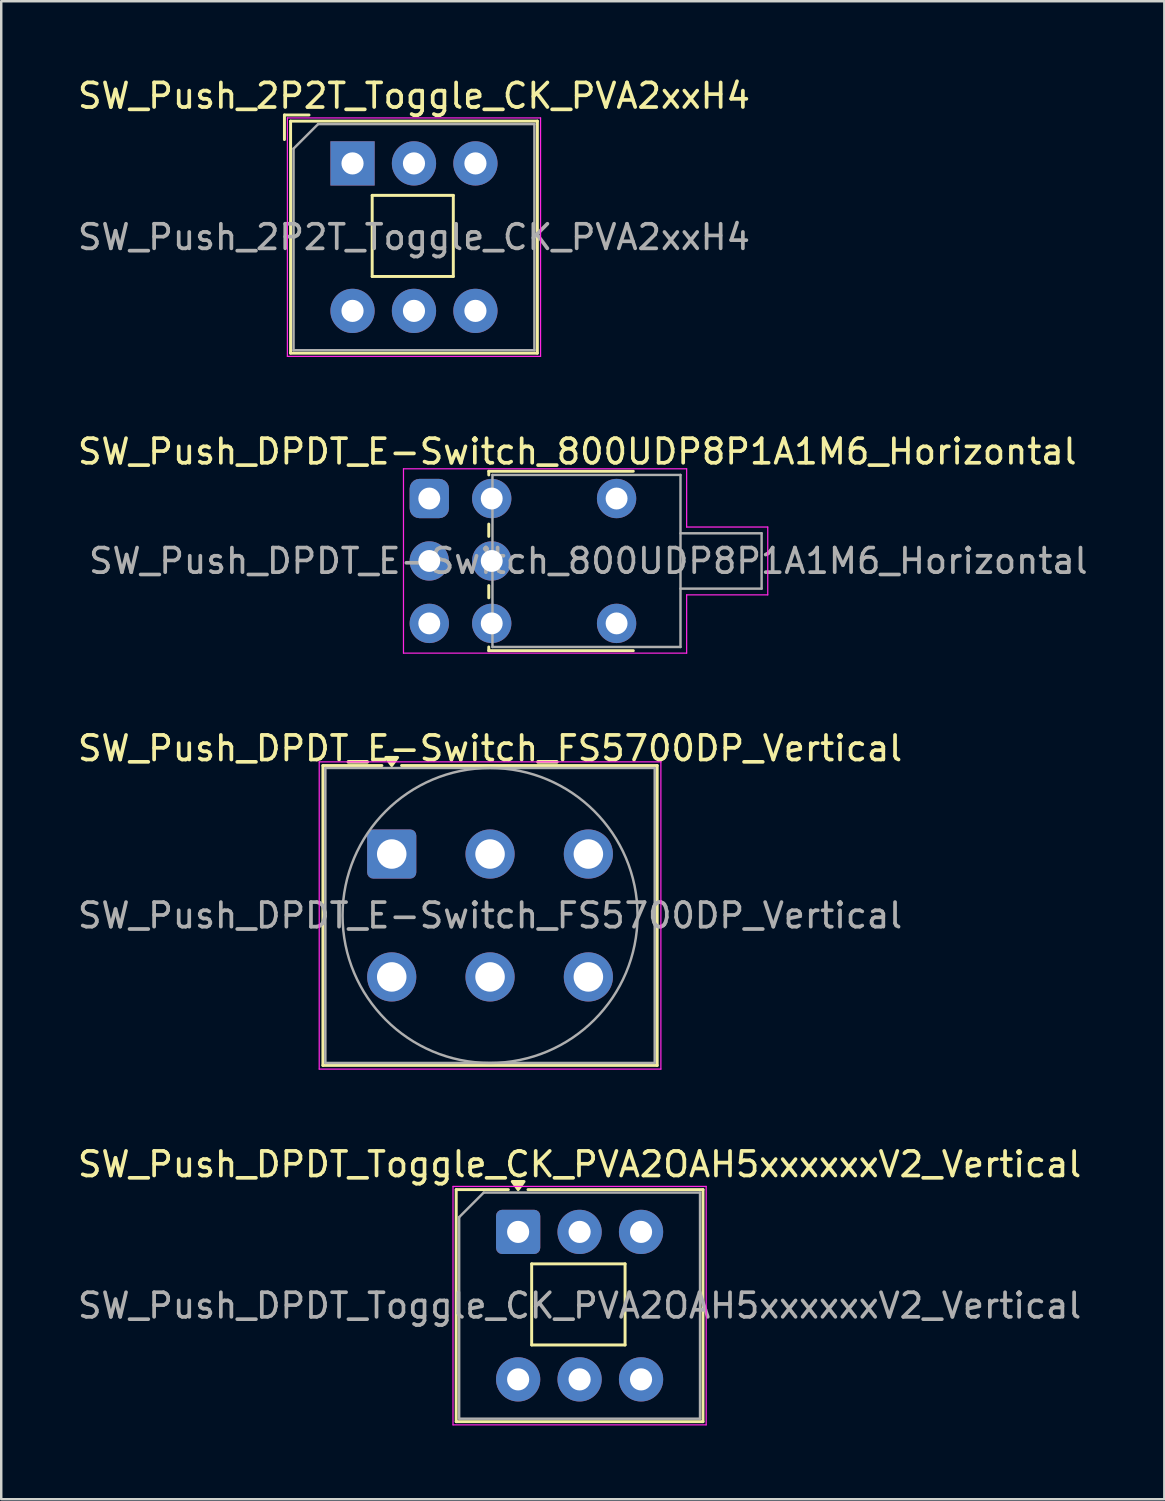
<source format=kicad_pcb>
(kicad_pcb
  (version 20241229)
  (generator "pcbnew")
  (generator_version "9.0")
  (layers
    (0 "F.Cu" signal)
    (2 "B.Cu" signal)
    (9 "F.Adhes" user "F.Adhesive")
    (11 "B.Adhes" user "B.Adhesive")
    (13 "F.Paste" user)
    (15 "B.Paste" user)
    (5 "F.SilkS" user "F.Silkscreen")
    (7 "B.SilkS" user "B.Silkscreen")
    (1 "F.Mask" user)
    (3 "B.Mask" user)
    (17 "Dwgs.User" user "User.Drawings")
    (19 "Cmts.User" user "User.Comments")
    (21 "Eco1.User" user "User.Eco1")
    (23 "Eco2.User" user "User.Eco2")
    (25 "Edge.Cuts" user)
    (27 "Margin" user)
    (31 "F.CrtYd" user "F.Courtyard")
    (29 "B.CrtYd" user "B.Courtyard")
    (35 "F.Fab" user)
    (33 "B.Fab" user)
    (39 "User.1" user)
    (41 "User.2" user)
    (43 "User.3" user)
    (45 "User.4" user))
  (footprint "SW_Push_DPDT_Toggle_CK_PVA2OAH5xxxxxxV2_Vertical"
    (layer "F.Cu")
    (at 18.03 47.068)
    (property "Reference" "SW_Push_DPDT_Toggle_CK_PVA2OAH5xxxxxxV2_Vertical" (at 2.5 -2.75 0) (layer "F.SilkS") (effects (font (size 1 1) (thickness 0.15))))
    (attr through_hole)
    (fp_line (start -2.52 7.72) (end -2.52 -1.72) (stroke (width 0.12) (type solid)) (layer "F.SilkS"))
    (fp_line (start -0.4 -1.72) (end -2.52 -1.72) (stroke (width 0.12) (type solid)) (layer "F.SilkS"))
    (fp_line (start 0.55 1.3) (end 0.55 4.6) (stroke (width 0.12) (type solid)) (layer "F.SilkS"))
    (fp_line (start 4.35 1.3) (end 0.55 1.3) (stroke (width 0.12) (type solid)) (layer "F.SilkS"))
    (fp_line (start 4.35 1.3) (end 4.35 4.6) (stroke (width 0.12) (type solid)) (layer "F.SilkS"))
    (fp_line (start 4.35 4.6) (end 0.55 4.6) (stroke (width 0.12) (type solid)) (layer "F.SilkS"))
    (fp_line (start 7.52 -1.72) (end 0.4 -1.72) (stroke (width 0.12) (type solid)) (layer "F.SilkS"))
    (fp_line (start 7.52 7.72) (end -2.52 7.72) (stroke (width 0.12) (type solid)) (layer "F.SilkS"))
    (fp_line (start 7.52 7.72) (end 7.52 -1.72) (stroke (width 0.12) (type solid)) (layer "F.SilkS"))
    (fp_poly (pts (xy 0 -1.72) (xy -0.24 -2.05) (xy 0.24 -2.05) (xy 0 -1.72)) (stroke (width 0.12) (type solid)) (fill yes) (layer "F.SilkS"))
    (fp_line (start -2.65 -1.85) (end 7.65 -1.85) (stroke (width 0.05) (type solid)) (layer "F.CrtYd"))
    (fp_line (start -2.65 7.85) (end -2.65 -1.85) (stroke (width 0.05) (type solid)) (layer "F.CrtYd"))
    (fp_line (start -2.65 7.85) (end 7.65 7.85) (stroke (width 0.05) (type solid)) (layer "F.CrtYd"))
    (fp_line (start 7.65 -1.85) (end 7.65 7.85) (stroke (width 0.05) (type solid)) (layer "F.CrtYd"))
    (fp_line (start -2.4 -0.6) (end -1.4 -1.6) (stroke (width 0.1) (type solid)) (layer "F.Fab"))
    (fp_line (start -2.4 7.6) (end -2.4 -0.6) (stroke (width 0.1) (type solid)) (layer "F.Fab"))
    (fp_line (start -1.4 -1.6) (end 7.4 -1.6) (stroke (width 0.1) (type solid)) (layer "F.Fab"))
    (fp_line (start 7.4 -1.6) (end 7.4 7.6) (stroke (width 0.1) (type solid)) (layer "F.Fab"))
    (fp_line (start 7.4 7.6) (end -2.4 7.6) (stroke (width 0.1) (type solid)) (layer "F.Fab"))
    (fp_text user "${REFERENCE}" (at 2.5 3 0) (layer "F.Fab") (effects (font (size 1 1) (thickness 0.15))))
    (pad "1" thru_hole roundrect (at 0 0) (size 1.8 1.8) (drill 0.9) (layers "*.Cu" "*.Mask") (roundrect_rratio 0.139))
    (pad "2" thru_hole circle (at 2.5 0) (size 1.8 1.8) (drill 0.9) (layers "*.Cu" "*.Mask"))
    (pad "3" thru_hole circle (at 5 0) (size 1.8 1.8) (drill 0.9) (layers "*.Cu" "*.Mask"))
    (pad "4" thru_hole circle (at 5 6) (size 1.8 1.8) (drill 0.9) (layers "*.Cu" "*.Mask"))
    (pad "5" thru_hole circle (at 2.5 6) (size 1.8 1.8) (drill 0.9) (layers "*.Cu" "*.Mask"))
    (pad "6" thru_hole circle (at 0 6) (size 1.8 1.8) (drill 0.9) (layers "*.Cu" "*.Mask")))
  (footprint "SW_Push_DPDT_E-Switch_800UDP8P1A1M6_Horizontal"
    (layer "F.Cu")
    (at 14.415 17.232)
    (property "Reference" "SW_Push_DPDT_E-Switch_800UDP8P1A1M6_Horizontal" (at 6.02 -1.91 180) (layer "F.SilkS") (effects (font (size 1 1) (thickness 0.15))))
    (attr through_hole)
    (fp_line (start 2.42 -1.11) (end 2.42 -0.96) (stroke (width 0.12) (type solid)) (layer "F.SilkS"))
    (fp_line (start 2.42 1.54) (end 2.42 1.04) (stroke (width 0.12) (type solid)) (layer "F.SilkS"))
    (fp_line (start 2.42 4.04) (end 2.42 3.54) (stroke (width 0.12) (type solid)) (layer "F.SilkS"))
    (fp_line (start 2.42 6.19) (end 2.42 6.04) (stroke (width 0.12) (type solid)) (layer "F.SilkS"))
    (fp_line (start 2.42 6.19) (end 8.3 6.19) (stroke (width 0.12) (type solid)) (layer "F.SilkS"))
    (fp_line (start 8.3 -1.11) (end 2.42 -1.11) (stroke (width 0.12) (type solid)) (layer "F.SilkS"))
    (fp_line (start -1.05 -1.21) (end 10.47 -1.21) (stroke (width 0.05) (type solid)) (layer "F.CrtYd"))
    (fp_line (start -1.05 6.29) (end -1.05 -1.21) (stroke (width 0.05) (type solid)) (layer "F.CrtYd"))
    (fp_line (start 10.47 -1.21) (end 10.47 1.16) (stroke (width 0.05) (type solid)) (layer "F.CrtYd"))
    (fp_line (start 10.47 1.16) (end 13.77 1.16) (stroke (width 0.05) (type solid)) (layer "F.CrtYd"))
    (fp_line (start 10.47 3.92) (end 10.47 6.29) (stroke (width 0.05) (type solid)) (layer "F.CrtYd"))
    (fp_line (start 10.47 6.29) (end -1.05 6.29) (stroke (width 0.05) (type solid)) (layer "F.CrtYd"))
    (fp_line (start 13.77 1.16) (end 13.77 3.92) (stroke (width 0.05) (type solid)) (layer "F.CrtYd"))
    (fp_line (start 13.77 3.92) (end 10.47 3.92) (stroke (width 0.05) (type solid)) (layer "F.CrtYd"))
    (fp_line (start 2.57 -0.96) (end 10.22 -0.96) (stroke (width 0.1) (type solid)) (layer "F.Fab"))
    (fp_line (start 2.57 6.04) (end 2.57 -0.96) (stroke (width 0.1) (type solid)) (layer "F.Fab"))
    (fp_line (start 10.22 -0.96) (end 10.22 6.04) (stroke (width 0.1) (type solid)) (layer "F.Fab"))
    (fp_line (start 10.22 6.04) (end 2.57 6.04) (stroke (width 0.1) (type solid)) (layer "F.Fab"))
    (fp_line (start 13.52 1.415) (end 10.22 1.415) (stroke (width 0.1) (type solid)) (layer "F.Fab"))
    (fp_line (start 13.52 3.665) (end 10.22 3.665) (stroke (width 0.1) (type solid)) (layer "F.Fab"))
    (fp_line (start 13.52 3.665) (end 13.52 1.415) (stroke (width 0.1) (type solid)) (layer "F.Fab"))
    (fp_text user "${REFERENCE}" (at 6.47 2.54 180) (layer "F.Fab") (effects (font (size 1 1) (thickness 0.15))))
    (pad "" thru_hole circle (at 7.62 0 180) (size 1.6 1.6) (drill 0.89) (layers "*.Cu" "*.Mask"))
    (pad "" thru_hole circle (at 7.62 5.08 180) (size 1.6 1.6) (drill 0.89) (layers "*.Cu" "*.Mask"))
    (pad "1" thru_hole roundrect (at 0 0 180) (size 1.6 1.6) (drill 0.89) (layers "*.Cu" "*.Mask") (roundrect_rratio 0.25))
    (pad "2" thru_hole circle (at 0 2.54 180) (size 1.6 1.6) (drill 0.89) (layers "*.Cu" "*.Mask"))
    (pad "3" thru_hole circle (at 0 5.08 180) (size 1.6 1.6) (drill 0.89) (layers "*.Cu" "*.Mask"))
    (pad "4" thru_hole circle (at 2.54 0 180) (size 1.6 1.6) (drill 0.89) (layers "*.Cu" "*.Mask"))
    (pad "5" thru_hole circle (at 2.54 2.54 180) (size 1.6 1.6) (drill 0.89) (layers "*.Cu" "*.Mask"))
    (pad "6" thru_hole circle (at 2.54 5.08 180) (size 1.6 1.6) (drill 0.89) (layers "*.Cu" "*.Mask")))
  (footprint "SW_Push_DPDT_E-Switch_FS5700DP_Vertical"
    (layer "F.Cu")
    (at 12.887 31.695)
    (property "Reference" "SW_Push_DPDT_E-Switch_FS5700DP_Vertical" (at 4 -4.3 0) (layer "F.SilkS") (effects (font (size 1 1) (thickness 0.15))))
    (attr through_hole)
    (fp_line (start -2.8 -3.6) (end -2.8 8.6) (stroke (width 0.12) (type solid)) (layer "F.SilkS"))
    (fp_line (start -2.8 -3.6) (end -0.4 -3.6) (stroke (width 0.12) (type solid)) (layer "F.SilkS"))
    (fp_line (start 0.4 -3.6) (end 10.8 -3.6) (stroke (width 0.12) (type solid)) (layer "F.SilkS"))
    (fp_line (start 10.8 8.6) (end -2.8 8.6) (stroke (width 0.12) (type solid)) (layer "F.SilkS"))
    (fp_line (start 10.8 8.6) (end 10.8 -3.6) (stroke (width 0.12) (type solid)) (layer "F.SilkS"))
    (fp_poly (pts (xy 0 -3.6) (xy -0.24 -3.93) (xy 0.24 -3.93) (xy 0 -3.6)) (stroke (width 0.12) (type solid)) (fill yes) (layer "F.SilkS"))
    (fp_line (start -2.95 -3.75) (end 10.95 -3.75) (stroke (width 0.05) (type solid)) (layer "F.CrtYd"))
    (fp_line (start -2.95 8.75) (end -2.95 -3.75) (stroke (width 0.05) (type solid)) (layer "F.CrtYd"))
    (fp_line (start 10.95 -3.75) (end 10.95 8.75) (stroke (width 0.05) (type solid)) (layer "F.CrtYd"))
    (fp_line (start 10.95 8.75) (end -2.95 8.75) (stroke (width 0.05) (type solid)) (layer "F.CrtYd"))
    (fp_line (start -2.7 -3.5) (end 10.7 -3.5) (stroke (width 0.1) (type solid)) (layer "F.Fab"))
    (fp_line (start -2.7 8.5) (end -2.7 -3.5) (stroke (width 0.1) (type solid)) (layer "F.Fab"))
    (fp_line (start 10.7 -3.5) (end 10.7 8.5) (stroke (width 0.1) (type solid)) (layer "F.Fab"))
    (fp_line (start 10.7 8.5) (end -2.7 8.5) (stroke (width 0.1) (type solid)) (layer "F.Fab"))
    (fp_circle (center 4 2.5) (end 10 2.6) (stroke (width 0.1) (type solid)) (fill no) (layer "F.Fab"))
    (fp_text user "${REFERENCE}" (at 4 2.5 0) (layer "F.Fab") (effects (font (size 1 1) (thickness 0.15))))
    (pad "1" thru_hole roundrect (at 0 0) (size 2 2) (drill 1.2) (layers "*.Cu" "*.Mask") (roundrect_rratio 0.125))
    (pad "2" thru_hole circle (at 4 0) (size 2 2) (drill 1.2) (layers "*.Cu" "*.Mask"))
    (pad "3" thru_hole circle (at 8 0) (size 2 2) (drill 1.2) (layers "*.Cu" "*.Mask"))
    (pad "4" thru_hole circle (at 0 5) (size 2 2) (drill 1.2) (layers "*.Cu" "*.Mask"))
    (pad "5" thru_hole circle (at 4 5) (size 2 2) (drill 1.2) (layers "*.Cu" "*.Mask"))
    (pad "6" thru_hole circle (at 8 5) (size 2 2) (drill 1.2) (layers "*.Cu" "*.Mask")))
  (footprint "SW_Push_2P2T_Toggle_CK_PVA2xxH4"
    (layer "F.Cu")
    (at 11.292 3.598)
    (property "Reference" "SW_Push_2P2T_Toggle_CK_PVA2xxH4" (at 2.5 -2.75 0) (layer "F.SilkS") (effects (font (size 1 1) (thickness 0.15))))
    (attr through_hole)
    (fp_line (start -2.77 -0.97) (end -2.77 -1.97) (stroke (width 0.12) (type solid)) (layer "F.SilkS"))
    (fp_line (start -2.52 7.72) (end -2.52 -1.72) (stroke (width 0.12) (type solid)) (layer "F.SilkS"))
    (fp_line (start -1.77 -1.97) (end -2.77 -1.97) (stroke (width 0.12) (type solid)) (layer "F.SilkS"))
    (fp_line (start 0.8 1.3) (end 0.8 4.6) (stroke (width 0.12) (type solid)) (layer "F.SilkS"))
    (fp_line (start 4.1 1.3) (end 0.8 1.3) (stroke (width 0.12) (type solid)) (layer "F.SilkS"))
    (fp_line (start 4.1 1.3) (end 4.1 4.6) (stroke (width 0.12) (type solid)) (layer "F.SilkS"))
    (fp_line (start 4.1 4.6) (end 0.8 4.6) (stroke (width 0.12) (type solid)) (layer "F.SilkS"))
    (fp_line (start 7.52 -1.72) (end -2.52 -1.72) (stroke (width 0.12) (type solid)) (layer "F.SilkS"))
    (fp_line (start 7.52 7.72) (end -2.52 7.72) (stroke (width 0.12) (type solid)) (layer "F.SilkS"))
    (fp_line (start 7.52 7.72) (end 7.52 -1.72) (stroke (width 0.12) (type solid)) (layer "F.SilkS"))
    (fp_line (start -2.65 -1.85) (end 7.65 -1.85) (stroke (width 0.05) (type solid)) (layer "F.CrtYd"))
    (fp_line (start -2.65 7.85) (end -2.65 -1.85) (stroke (width 0.05) (type solid)) (layer "F.CrtYd"))
    (fp_line (start -2.65 7.85) (end 7.65 7.85) (stroke (width 0.05) (type solid)) (layer "F.CrtYd"))
    (fp_line (start 7.65 -1.85) (end 7.65 7.85) (stroke (width 0.05) (type solid)) (layer "F.CrtYd"))
    (fp_line (start -2.4 -0.6) (end -1.4 -1.6) (stroke (width 0.1) (type solid)) (layer "F.Fab"))
    (fp_line (start -2.4 7.6) (end -2.4 -0.6) (stroke (width 0.1) (type solid)) (layer "F.Fab"))
    (fp_line (start -1.4 -1.6) (end 7.4 -1.6) (stroke (width 0.1) (type solid)) (layer "F.Fab"))
    (fp_line (start 7.4 -1.6) (end 7.4 7.6) (stroke (width 0.1) (type solid)) (layer "F.Fab"))
    (fp_line (start 7.4 7.6) (end -2.4 7.6) (stroke (width 0.1) (type solid)) (layer "F.Fab"))
    (fp_text user "${REFERENCE}" (at 2.5 3 0) (layer "F.Fab") (effects (font (size 1 1) (thickness 0.15))))
    (pad "1" thru_hole rect (at 0 0) (size 1.8 1.8) (drill 0.9) (layers "*.Cu" "*.Mask"))
    (pad "2" thru_hole circle (at 2.5 0) (size 1.8 1.8) (drill 0.9) (layers "*.Cu" "*.Mask"))
    (pad "3" thru_hole circle (at 5 0) (size 1.8 1.8) (drill 0.9) (layers "*.Cu" "*.Mask"))
    (pad "4" thru_hole circle (at 0 6) (size 1.8 1.8) (drill 0.9) (layers "*.Cu" "*.Mask"))
    (pad "5" thru_hole circle (at 2.5 6) (size 1.8 1.8) (drill 0.9) (layers "*.Cu" "*.Mask"))
    (pad "6" thru_hole circle (at 5 6) (size 1.8 1.8) (drill 0.9) (layers "*.Cu" "*.Mask")))
  (gr_rect
    (start -3 -3)
    (end 44.319 57.943)
    (stroke (width 0.1) (type default))
    (fill no)
    (layer "Edge.Cuts")))
</source>
